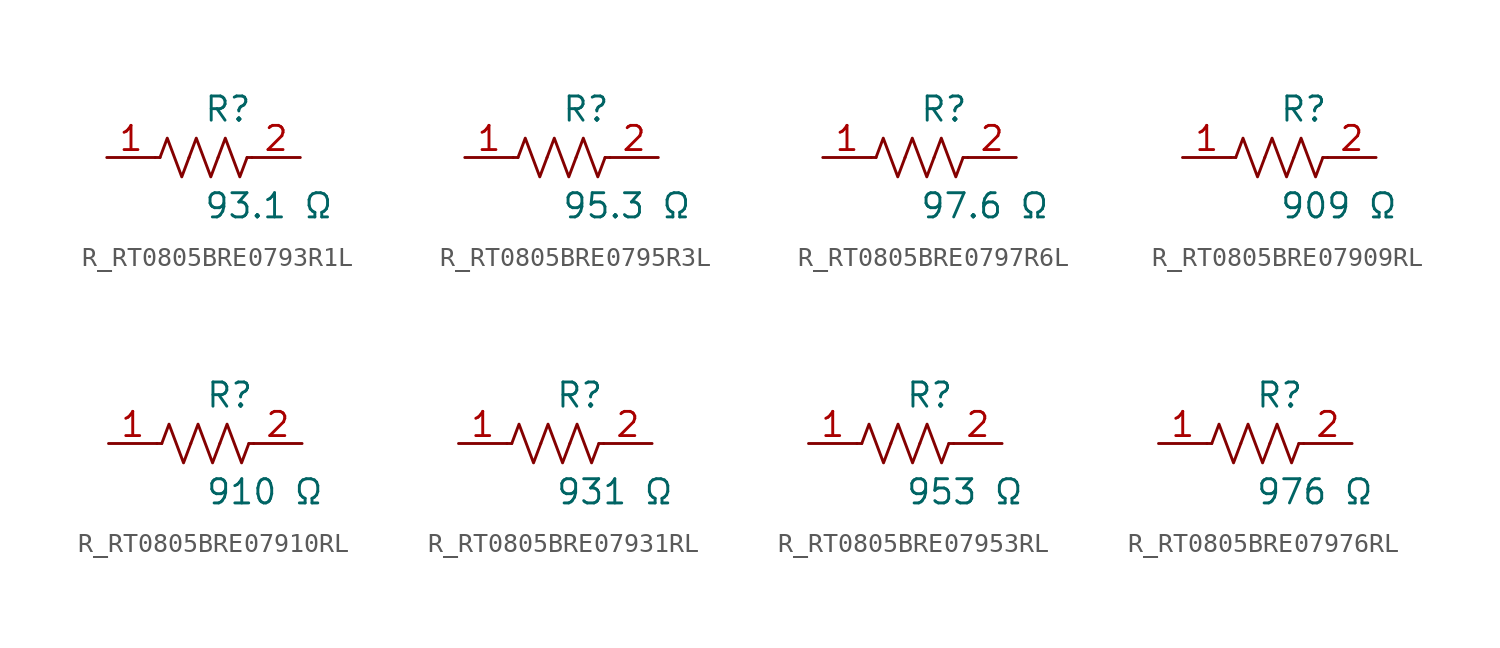
<source format=kicad_sym>
(kicad_symbol_lib
  (version 20231120)
  (generator kicad_symbol_editor)
  (generator_version 8.0)
  (symbol "R_RT0805BRE0793R1L"
    (pin_names
      (offset 0.254))
    (property "Reference" "R"
      (at 0.0 2.54 0)
      (effects (font (size 1.27 1.27)) (justify left)))
    (property "Value" "93.1 Ω"
      (at 0.0 -2.54 0)
      (effects (font (size 1.27 1.27)) (justify left)))
    (symbol "R_RT0805BRE0793R1L_0_1"
      (polyline (pts (xy 2.286 0) (xy 2.54 0)) (stroke (width 0) (type default)) (fill (type none)))
      (polyline (pts (xy -2.286 0) (xy -2.54 0)) (stroke (width 0) (type default)) (fill (type none)))
      (polyline (pts (xy 0.762 0) (xy 1.143 1.016) (xy 1.524 0) (xy 1.905 -1.016) (xy 2.286 0)) (stroke (width 0) (type default)) (fill (type none)))
      (polyline (pts (xy -0.762 0) (xy -0.381 1.016) (xy 0 0) (xy 0.381 -1.016) (xy 0.762 0)) (stroke (width 0) (type default)) (fill (type none)))
      (polyline (pts (xy -2.286 0) (xy -1.905 1.016) (xy -1.524 0) (xy -1.143 -1.016) (xy -0.762 0)) (stroke (width 0) (type default)) (fill (type none))))
    (pin unspecified line
      (at -5.08 0 0)
      (length 2.54)
      (name "" (effects (font (size 1.27 1.27))))
      (number "1" (effects (font (size 1.27 1.27)))))
    (pin unspecified line
      (at 5.08 0 180)
      (length 2.54)
      (name "" (effects (font (size 1.27 1.27))))
      (number "2" (effects (font (size 1.27 1.27))))))
  (symbol "R_RT0805BRE0795R3L"
    (pin_names
      (offset 0.254))
    (property "Reference" "R"
      (at 0.0 2.54 0)
      (effects (font (size 1.27 1.27)) (justify left)))
    (property "Value" "95.3 Ω"
      (at 0.0 -2.54 0)
      (effects (font (size 1.27 1.27)) (justify left)))
    (symbol "R_RT0805BRE0795R3L_0_1"
      (polyline (pts (xy 2.286 0) (xy 2.54 0)) (stroke (width 0) (type default)) (fill (type none)))
      (polyline (pts (xy -2.286 0) (xy -2.54 0)) (stroke (width 0) (type default)) (fill (type none)))
      (polyline (pts (xy 0.762 0) (xy 1.143 1.016) (xy 1.524 0) (xy 1.905 -1.016) (xy 2.286 0)) (stroke (width 0) (type default)) (fill (type none)))
      (polyline (pts (xy -0.762 0) (xy -0.381 1.016) (xy 0 0) (xy 0.381 -1.016) (xy 0.762 0)) (stroke (width 0) (type default)) (fill (type none)))
      (polyline (pts (xy -2.286 0) (xy -1.905 1.016) (xy -1.524 0) (xy -1.143 -1.016) (xy -0.762 0)) (stroke (width 0) (type default)) (fill (type none))))
    (pin unspecified line
      (at -5.08 0 0)
      (length 2.54)
      (name "" (effects (font (size 1.27 1.27))))
      (number "1" (effects (font (size 1.27 1.27)))))
    (pin unspecified line
      (at 5.08 0 180)
      (length 2.54)
      (name "" (effects (font (size 1.27 1.27))))
      (number "2" (effects (font (size 1.27 1.27))))))
  (symbol "R_RT0805BRE0797R6L"
    (pin_names
      (offset 0.254))
    (property "Reference" "R"
      (at 0.0 2.54 0)
      (effects (font (size 1.27 1.27)) (justify left)))
    (property "Value" "97.6 Ω"
      (at 0.0 -2.54 0)
      (effects (font (size 1.27 1.27)) (justify left)))
    (symbol "R_RT0805BRE0797R6L_0_1"
      (polyline (pts (xy 2.286 0) (xy 2.54 0)) (stroke (width 0) (type default)) (fill (type none)))
      (polyline (pts (xy -2.286 0) (xy -2.54 0)) (stroke (width 0) (type default)) (fill (type none)))
      (polyline (pts (xy 0.762 0) (xy 1.143 1.016) (xy 1.524 0) (xy 1.905 -1.016) (xy 2.286 0)) (stroke (width 0) (type default)) (fill (type none)))
      (polyline (pts (xy -0.762 0) (xy -0.381 1.016) (xy 0 0) (xy 0.381 -1.016) (xy 0.762 0)) (stroke (width 0) (type default)) (fill (type none)))
      (polyline (pts (xy -2.286 0) (xy -1.905 1.016) (xy -1.524 0) (xy -1.143 -1.016) (xy -0.762 0)) (stroke (width 0) (type default)) (fill (type none))))
    (pin unspecified line
      (at -5.08 0 0)
      (length 2.54)
      (name "" (effects (font (size 1.27 1.27))))
      (number "1" (effects (font (size 1.27 1.27)))))
    (pin unspecified line
      (at 5.08 0 180)
      (length 2.54)
      (name "" (effects (font (size 1.27 1.27))))
      (number "2" (effects (font (size 1.27 1.27))))))
  (symbol "R_RT0805BRE07909RL"
    (pin_names
      (offset 0.254))
    (property "Reference" "R"
      (at 0.0 2.54 0)
      (effects (font (size 1.27 1.27)) (justify left)))
    (property "Value" "909 Ω"
      (at 0.0 -2.54 0)
      (effects (font (size 1.27 1.27)) (justify left)))
    (symbol "R_RT0805BRE07909RL_0_1"
      (polyline (pts (xy 2.286 0) (xy 2.54 0)) (stroke (width 0) (type default)) (fill (type none)))
      (polyline (pts (xy -2.286 0) (xy -2.54 0)) (stroke (width 0) (type default)) (fill (type none)))
      (polyline (pts (xy 0.762 0) (xy 1.143 1.016) (xy 1.524 0) (xy 1.905 -1.016) (xy 2.286 0)) (stroke (width 0) (type default)) (fill (type none)))
      (polyline (pts (xy -0.762 0) (xy -0.381 1.016) (xy 0 0) (xy 0.381 -1.016) (xy 0.762 0)) (stroke (width 0) (type default)) (fill (type none)))
      (polyline (pts (xy -2.286 0) (xy -1.905 1.016) (xy -1.524 0) (xy -1.143 -1.016) (xy -0.762 0)) (stroke (width 0) (type default)) (fill (type none))))
    (pin unspecified line
      (at -5.08 0 0)
      (length 2.54)
      (name "" (effects (font (size 1.27 1.27))))
      (number "1" (effects (font (size 1.27 1.27)))))
    (pin unspecified line
      (at 5.08 0 180)
      (length 2.54)
      (name "" (effects (font (size 1.27 1.27))))
      (number "2" (effects (font (size 1.27 1.27))))))
  (symbol "R_RT0805BRE07910RL"
    (pin_names
      (offset 0.254))
    (property "Reference" "R"
      (at 0.0 2.54 0)
      (effects (font (size 1.27 1.27)) (justify left)))
    (property "Value" "910 Ω"
      (at 0.0 -2.54 0)
      (effects (font (size 1.27 1.27)) (justify left)))
    (symbol "R_RT0805BRE07910RL_0_1"
      (polyline (pts (xy 2.286 0) (xy 2.54 0)) (stroke (width 0) (type default)) (fill (type none)))
      (polyline (pts (xy -2.286 0) (xy -2.54 0)) (stroke (width 0) (type default)) (fill (type none)))
      (polyline (pts (xy 0.762 0) (xy 1.143 1.016) (xy 1.524 0) (xy 1.905 -1.016) (xy 2.286 0)) (stroke (width 0) (type default)) (fill (type none)))
      (polyline (pts (xy -0.762 0) (xy -0.381 1.016) (xy 0 0) (xy 0.381 -1.016) (xy 0.762 0)) (stroke (width 0) (type default)) (fill (type none)))
      (polyline (pts (xy -2.286 0) (xy -1.905 1.016) (xy -1.524 0) (xy -1.143 -1.016) (xy -0.762 0)) (stroke (width 0) (type default)) (fill (type none))))
    (pin unspecified line
      (at -5.08 0 0)
      (length 2.54)
      (name "" (effects (font (size 1.27 1.27))))
      (number "1" (effects (font (size 1.27 1.27)))))
    (pin unspecified line
      (at 5.08 0 180)
      (length 2.54)
      (name "" (effects (font (size 1.27 1.27))))
      (number "2" (effects (font (size 1.27 1.27))))))
  (symbol "R_RT0805BRE07931RL"
    (pin_names
      (offset 0.254))
    (property "Reference" "R"
      (at 0.0 2.54 0)
      (effects (font (size 1.27 1.27)) (justify left)))
    (property "Value" "931 Ω"
      (at 0.0 -2.54 0)
      (effects (font (size 1.27 1.27)) (justify left)))
    (symbol "R_RT0805BRE07931RL_0_1"
      (polyline (pts (xy 2.286 0) (xy 2.54 0)) (stroke (width 0) (type default)) (fill (type none)))
      (polyline (pts (xy -2.286 0) (xy -2.54 0)) (stroke (width 0) (type default)) (fill (type none)))
      (polyline (pts (xy 0.762 0) (xy 1.143 1.016) (xy 1.524 0) (xy 1.905 -1.016) (xy 2.286 0)) (stroke (width 0) (type default)) (fill (type none)))
      (polyline (pts (xy -0.762 0) (xy -0.381 1.016) (xy 0 0) (xy 0.381 -1.016) (xy 0.762 0)) (stroke (width 0) (type default)) (fill (type none)))
      (polyline (pts (xy -2.286 0) (xy -1.905 1.016) (xy -1.524 0) (xy -1.143 -1.016) (xy -0.762 0)) (stroke (width 0) (type default)) (fill (type none))))
    (pin unspecified line
      (at -5.08 0 0)
      (length 2.54)
      (name "" (effects (font (size 1.27 1.27))))
      (number "1" (effects (font (size 1.27 1.27)))))
    (pin unspecified line
      (at 5.08 0 180)
      (length 2.54)
      (name "" (effects (font (size 1.27 1.27))))
      (number "2" (effects (font (size 1.27 1.27))))))
  (symbol "R_RT0805BRE07953RL"
    (pin_names
      (offset 0.254))
    (property "Reference" "R"
      (at 0.0 2.54 0)
      (effects (font (size 1.27 1.27)) (justify left)))
    (property "Value" "953 Ω"
      (at 0.0 -2.54 0)
      (effects (font (size 1.27 1.27)) (justify left)))
    (symbol "R_RT0805BRE07953RL_0_1"
      (polyline (pts (xy 2.286 0) (xy 2.54 0)) (stroke (width 0) (type default)) (fill (type none)))
      (polyline (pts (xy -2.286 0) (xy -2.54 0)) (stroke (width 0) (type default)) (fill (type none)))
      (polyline (pts (xy 0.762 0) (xy 1.143 1.016) (xy 1.524 0) (xy 1.905 -1.016) (xy 2.286 0)) (stroke (width 0) (type default)) (fill (type none)))
      (polyline (pts (xy -0.762 0) (xy -0.381 1.016) (xy 0 0) (xy 0.381 -1.016) (xy 0.762 0)) (stroke (width 0) (type default)) (fill (type none)))
      (polyline (pts (xy -2.286 0) (xy -1.905 1.016) (xy -1.524 0) (xy -1.143 -1.016) (xy -0.762 0)) (stroke (width 0) (type default)) (fill (type none))))
    (pin unspecified line
      (at -5.08 0 0)
      (length 2.54)
      (name "" (effects (font (size 1.27 1.27))))
      (number "1" (effects (font (size 1.27 1.27)))))
    (pin unspecified line
      (at 5.08 0 180)
      (length 2.54)
      (name "" (effects (font (size 1.27 1.27))))
      (number "2" (effects (font (size 1.27 1.27))))))
  (symbol "R_RT0805BRE07976RL"
    (pin_names
      (offset 0.254))
    (property "Reference" "R"
      (at 0.0 2.54 0)
      (effects (font (size 1.27 1.27)) (justify left)))
    (property "Value" "976 Ω"
      (at 0.0 -2.54 0)
      (effects (font (size 1.27 1.27)) (justify left)))
    (symbol "R_RT0805BRE07976RL_0_1"
      (polyline (pts (xy 2.286 0) (xy 2.54 0)) (stroke (width 0) (type default)) (fill (type none)))
      (polyline (pts (xy -2.286 0) (xy -2.54 0)) (stroke (width 0) (type default)) (fill (type none)))
      (polyline (pts (xy 0.762 0) (xy 1.143 1.016) (xy 1.524 0) (xy 1.905 -1.016) (xy 2.286 0)) (stroke (width 0) (type default)) (fill (type none)))
      (polyline (pts (xy -0.762 0) (xy -0.381 1.016) (xy 0 0) (xy 0.381 -1.016) (xy 0.762 0)) (stroke (width 0) (type default)) (fill (type none)))
      (polyline (pts (xy -2.286 0) (xy -1.905 1.016) (xy -1.524 0) (xy -1.143 -1.016) (xy -0.762 0)) (stroke (width 0) (type default)) (fill (type none))))
    (pin unspecified line
      (at -5.08 0 0)
      (length 2.54)
      (name "" (effects (font (size 1.27 1.27))))
      (number "1" (effects (font (size 1.27 1.27)))))
    (pin unspecified line
      (at 5.08 0 180)
      (length 2.54)
      (name "" (effects (font (size 1.27 1.27))))
      (number "2" (effects (font (size 1.27 1.27)))))))
</source>
